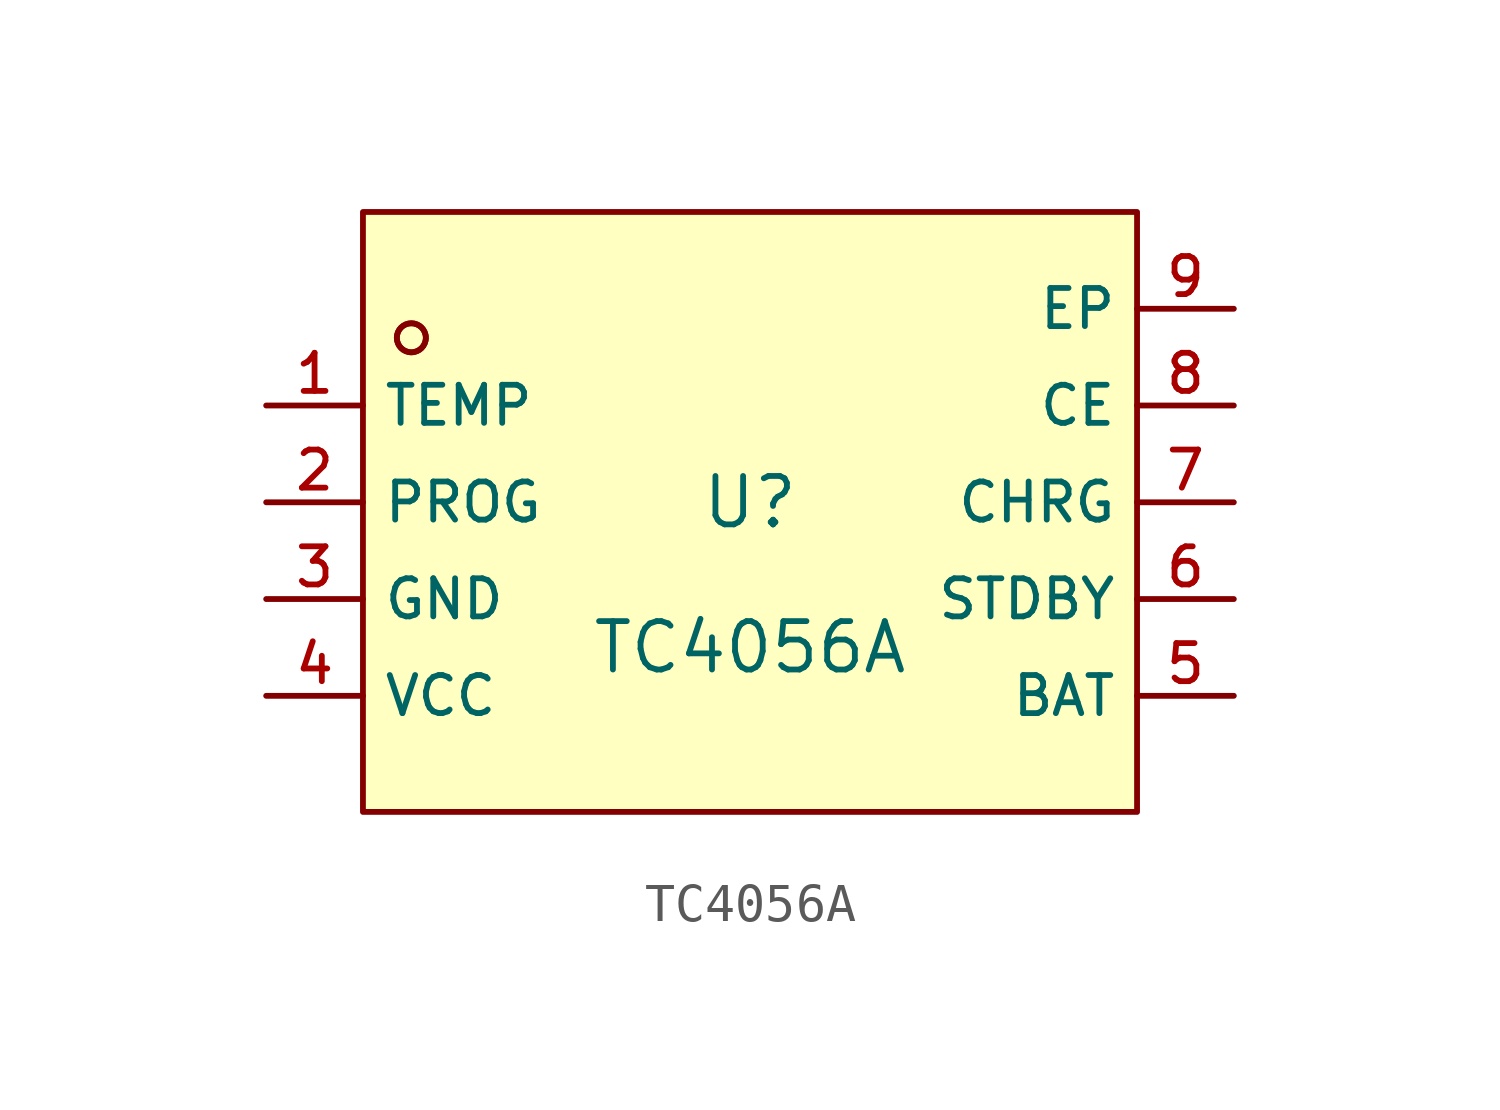
<source format=kicad_sym>
(kicad_symbol_lib
  (version 20210201)
  (generator TousstNicolas/JLC2KiCad_lib)
  (symbol "TC4056A"
    (property "Reference" "U"
      (at 0 1.27 0)
      (effects (font (size 1.27 1.27))))
    (property "Value" "TC4056A"
      (at 0 -2.54 0)
      (effects (font (size 1.27 1.27))))
    (symbol "TC4056A_0_1"
      (circle (center -8.89 5.588) (radius 0.381) (stroke (width 0) (type default) (color 0 0 0 0)) (fill (type background)))
      (rectangle (start -10.16 8.89) (end 10.16 -6.858) (stroke (width 0) (type default) (color 0 0 0 0)) (fill (type background)))
      (circle (center -8.89 5.588) (radius 0.381) (stroke (width 0) (type default) (color 0 0 0 0)) (fill (type background)))
      (pin unspecified line (at -12.7 3.81 0) (length 2.54) (name "TEMP" (effects (font (size 1 1)))) (number "1" (effects (font (size 1 1)))))
      (pin unspecified line (at -12.7 1.27 0) (length 2.54) (name "PROG" (effects (font (size 1 1)))) (number "2" (effects (font (size 1 1)))))
      (pin unspecified line (at -12.7 -1.27 0) (length 2.54) (name "GND" (effects (font (size 1 1)))) (number "3" (effects (font (size 1 1)))))
      (pin unspecified line (at -12.7 -3.81 0) (length 2.54) (name "VCC" (effects (font (size 1 1)))) (number "4" (effects (font (size 1 1)))))
      (pin unspecified line (at 12.7 -3.81 180) (length 2.54) (name "BAT" (effects (font (size 1 1)))) (number "5" (effects (font (size 1 1)))))
      (pin unspecified line (at 12.7 -1.27 180) (length 2.54) (name "STDBY" (effects (font (size 1 1)))) (number "6" (effects (font (size 1 1)))))
      (pin unspecified line (at 12.7 1.27 180) (length 2.54) (name "CHRG" (effects (font (size 1 1)))) (number "7" (effects (font (size 1 1)))))
      (pin unspecified line (at 12.7 3.81 180) (length 2.54) (name "CE" (effects (font (size 1 1)))) (number "8" (effects (font (size 1 1)))))
      (pin unspecified line (at 12.7 6.35 180) (length 2.54) (name "EP" (effects (font (size 1 1)))) (number "9" (effects (font (size 1 1))))))))
</source>
